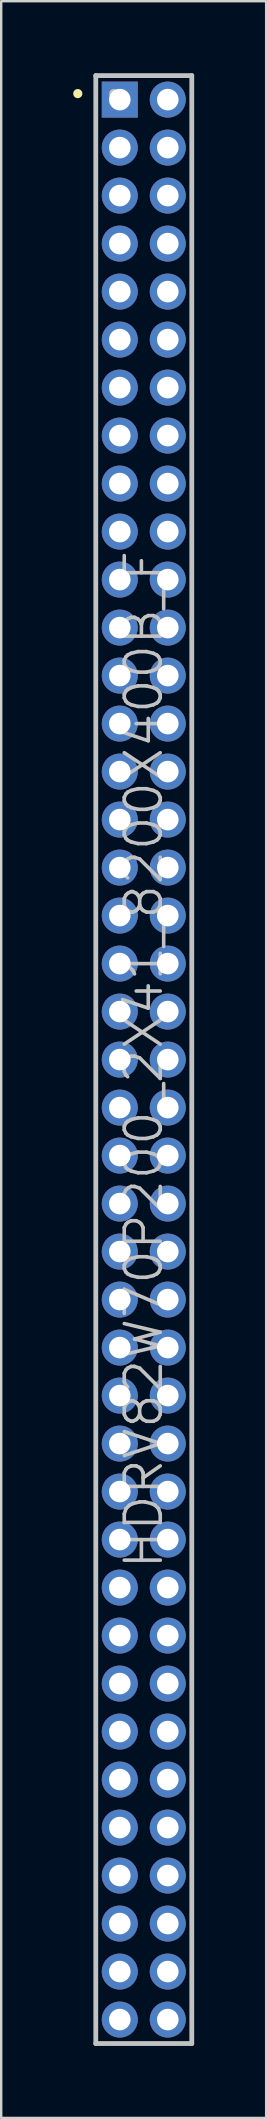
<source format=kicad_pcb>
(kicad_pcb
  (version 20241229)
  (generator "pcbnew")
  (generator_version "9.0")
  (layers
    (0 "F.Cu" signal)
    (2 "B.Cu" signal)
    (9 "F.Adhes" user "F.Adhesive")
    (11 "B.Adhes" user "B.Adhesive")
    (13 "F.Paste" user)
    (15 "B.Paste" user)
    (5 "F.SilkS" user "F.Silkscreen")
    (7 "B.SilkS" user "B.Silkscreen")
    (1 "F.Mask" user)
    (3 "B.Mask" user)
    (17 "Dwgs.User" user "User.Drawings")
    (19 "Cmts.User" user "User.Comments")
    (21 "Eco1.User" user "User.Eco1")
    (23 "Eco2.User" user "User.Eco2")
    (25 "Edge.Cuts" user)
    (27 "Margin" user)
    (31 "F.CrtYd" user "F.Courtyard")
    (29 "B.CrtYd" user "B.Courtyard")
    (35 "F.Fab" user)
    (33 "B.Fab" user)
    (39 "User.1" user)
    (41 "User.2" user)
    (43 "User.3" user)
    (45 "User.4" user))
  (footprint "HDRV82W70P200_2X41_8200X400B_F"
    (layer "F.Cu")
    (at 2.941 41.1)
    (property "Reference" "HDRV82W70P200_2X41_8200X400B_F" (at 0 0 90) (layer "Dwgs.User") (effects (font (size 1.5 1.5) (thickness 0.15))))
    (attr through_hole)
    (fp_line (start -2.75 -40.25) (end -2.75 -40.25) (stroke (width 0.381) (type solid)) (layer "F.SilkS"))
    (fp_line (start -2 -41) (end -2 41) (stroke (width 0.2) (type solid)) (layer "Dwgs.User"))
    (fp_line (start -2 -41) (end 2 -41) (stroke (width 0.2) (type solid)) (layer "Dwgs.User"))
    (fp_line (start -2 41) (end 2 41) (stroke (width 0.2) (type solid)) (layer "Dwgs.User"))
    (fp_line (start -1.25 -40.25) (end -1.25 -40.25) (stroke (width 0.381) (type solid)) (layer "Dwgs.User"))
    (fp_line (start 2 -41) (end 2 41) (stroke (width 0.2) (type solid)) (layer "Dwgs.User"))
    (pad "1" thru_hole rect (at -1 -40) (size 1.5 1.5) (drill 0.9) (layers "*.Cu" "*.Mask"))
    (pad "2" thru_hole circle (at 1 -40 270) (size 1.5 1.5) (drill 0.9) (layers "*.Cu" "*.Mask"))
    (pad "3" thru_hole circle (at -1 -38 270) (size 1.5 1.5) (drill 0.9) (layers "*.Cu" "*.Mask"))
    (pad "4" thru_hole circle (at 1 -38 270) (size 1.5 1.5) (drill 0.9) (layers "*.Cu" "*.Mask"))
    (pad "5" thru_hole circle (at -1 -36 270) (size 1.5 1.5) (drill 0.9) (layers "*.Cu" "*.Mask"))
    (pad "6" thru_hole circle (at 1 -36 270) (size 1.5 1.5) (drill 0.9) (layers "*.Cu" "*.Mask"))
    (pad "7" thru_hole circle (at -1 -34 270) (size 1.5 1.5) (drill 0.9) (layers "*.Cu" "*.Mask"))
    (pad "8" thru_hole circle (at 1 -34 270) (size 1.5 1.5) (drill 0.9) (layers "*.Cu" "*.Mask"))
    (pad "9" thru_hole circle (at -1 -32 270) (size 1.5 1.5) (drill 0.9) (layers "*.Cu" "*.Mask"))
    (pad "10" thru_hole circle (at 1 -32 270) (size 1.5 1.5) (drill 0.9) (layers "*.Cu" "*.Mask"))
    (pad "11" thru_hole circle (at -1 -30 270) (size 1.5 1.5) (drill 0.9) (layers "*.Cu" "*.Mask"))
    (pad "12" thru_hole circle (at 1 -30 270) (size 1.5 1.5) (drill 0.9) (layers "*.Cu" "*.Mask"))
    (pad "13" thru_hole circle (at -1 -28 270) (size 1.5 1.5) (drill 0.9) (layers "*.Cu" "*.Mask"))
    (pad "14" thru_hole circle (at 1 -28 270) (size 1.5 1.5) (drill 0.9) (layers "*.Cu" "*.Mask"))
    (pad "15" thru_hole circle (at -1 -26 270) (size 1.5 1.5) (drill 0.9) (layers "*.Cu" "*.Mask"))
    (pad "16" thru_hole circle (at 1 -26 270) (size 1.5 1.5) (drill 0.9) (layers "*.Cu" "*.Mask"))
    (pad "17" thru_hole circle (at -1 -24 270) (size 1.5 1.5) (drill 0.9) (layers "*.Cu" "*.Mask"))
    (pad "18" thru_hole circle (at 1 -24 270) (size 1.5 1.5) (drill 0.9) (layers "*.Cu" "*.Mask"))
    (pad "19" thru_hole circle (at -1 -22 270) (size 1.5 1.5) (drill 0.9) (layers "*.Cu" "*.Mask"))
    (pad "20" thru_hole circle (at 1 -22 270) (size 1.5 1.5) (drill 0.9) (layers "*.Cu" "*.Mask"))
    (pad "21" thru_hole circle (at -1 -20 270) (size 1.5 1.5) (drill 0.9) (layers "*.Cu" "*.Mask"))
    (pad "22" thru_hole circle (at 1 -20 270) (size 1.5 1.5) (drill 0.9) (layers "*.Cu" "*.Mask"))
    (pad "23" thru_hole circle (at -1 -18 270) (size 1.5 1.5) (drill 0.9) (layers "*.Cu" "*.Mask"))
    (pad "24" thru_hole circle (at 1 -18 270) (size 1.5 1.5) (drill 0.9) (layers "*.Cu" "*.Mask"))
    (pad "25" thru_hole circle (at -1 -16 270) (size 1.5 1.5) (drill 0.9) (layers "*.Cu" "*.Mask"))
    (pad "26" thru_hole circle (at 1 -16 270) (size 1.5 1.5) (drill 0.9) (layers "*.Cu" "*.Mask"))
    (pad "27" thru_hole circle (at -1 -14 270) (size 1.5 1.5) (drill 0.9) (layers "*.Cu" "*.Mask"))
    (pad "28" thru_hole circle (at 1 -14 270) (size 1.5 1.5) (drill 0.9) (layers "*.Cu" "*.Mask"))
    (pad "29" thru_hole circle (at -1 -12 270) (size 1.5 1.5) (drill 0.9) (layers "*.Cu" "*.Mask"))
    (pad "30" thru_hole circle (at 1 -12 270) (size 1.5 1.5) (drill 0.9) (layers "*.Cu" "*.Mask"))
    (pad "31" thru_hole circle (at -1 -10 270) (size 1.5 1.5) (drill 0.9) (layers "*.Cu" "*.Mask"))
    (pad "32" thru_hole circle (at 1 -10 270) (size 1.5 1.5) (drill 0.9) (layers "*.Cu" "*.Mask"))
    (pad "33" thru_hole circle (at -1 -8 270) (size 1.5 1.5) (drill 0.9) (layers "*.Cu" "*.Mask"))
    (pad "34" thru_hole circle (at 1 -8 270) (size 1.5 1.5) (drill 0.9) (layers "*.Cu" "*.Mask"))
    (pad "35" thru_hole circle (at -1 -6 270) (size 1.5 1.5) (drill 0.9) (layers "*.Cu" "*.Mask"))
    (pad "36" thru_hole circle (at 1 -6 270) (size 1.5 1.5) (drill 0.9) (layers "*.Cu" "*.Mask"))
    (pad "37" thru_hole circle (at -1 -4 270) (size 1.5 1.5) (drill 0.9) (layers "*.Cu" "*.Mask"))
    (pad "38" thru_hole circle (at 1 -4 270) (size 1.5 1.5) (drill 0.9) (layers "*.Cu" "*.Mask"))
    (pad "39" thru_hole circle (at -1 -2 270) (size 1.5 1.5) (drill 0.9) (layers "*.Cu" "*.Mask"))
    (pad "40" thru_hole circle (at 1 -2 270) (size 1.5 1.5) (drill 0.9) (layers "*.Cu" "*.Mask"))
    (pad "41" thru_hole circle (at -1 0 270) (size 1.5 1.5) (drill 0.9) (layers "*.Cu" "*.Mask"))
    (pad "42" thru_hole circle (at 1 0 270) (size 1.5 1.5) (drill 0.9) (layers "*.Cu" "*.Mask"))
    (pad "43" thru_hole circle (at -1 2 270) (size 1.5 1.5) (drill 0.9) (layers "*.Cu" "*.Mask"))
    (pad "44" thru_hole circle (at 1 2 270) (size 1.5 1.5) (drill 0.9) (layers "*.Cu" "*.Mask"))
    (pad "45" thru_hole circle (at -1 4 270) (size 1.5 1.5) (drill 0.9) (layers "*.Cu" "*.Mask"))
    (pad "46" thru_hole circle (at 1 4 270) (size 1.5 1.5) (drill 0.9) (layers "*.Cu" "*.Mask"))
    (pad "47" thru_hole circle (at -1 6 270) (size 1.5 1.5) (drill 0.9) (layers "*.Cu" "*.Mask"))
    (pad "48" thru_hole circle (at 1 6 270) (size 1.5 1.5) (drill 0.9) (layers "*.Cu" "*.Mask"))
    (pad "49" thru_hole circle (at -1 8 270) (size 1.5 1.5) (drill 0.9) (layers "*.Cu" "*.Mask"))
    (pad "50" thru_hole circle (at 1 8 270) (size 1.5 1.5) (drill 0.9) (layers "*.Cu" "*.Mask"))
    (pad "51" thru_hole circle (at -1 10 270) (size 1.5 1.5) (drill 0.9) (layers "*.Cu" "*.Mask"))
    (pad "52" thru_hole circle (at 1 10 270) (size 1.5 1.5) (drill 0.9) (layers "*.Cu" "*.Mask"))
    (pad "53" thru_hole circle (at -1 12 270) (size 1.5 1.5) (drill 0.9) (layers "*.Cu" "*.Mask"))
    (pad "54" thru_hole circle (at 1 12 270) (size 1.5 1.5) (drill 0.9) (layers "*.Cu" "*.Mask"))
    (pad "55" thru_hole circle (at -1 14 270) (size 1.5 1.5) (drill 0.9) (layers "*.Cu" "*.Mask"))
    (pad "56" thru_hole circle (at 1 14 270) (size 1.5 1.5) (drill 0.9) (layers "*.Cu" "*.Mask"))
    (pad "57" thru_hole circle (at -1 16 270) (size 1.5 1.5) (drill 0.9) (layers "*.Cu" "*.Mask"))
    (pad "58" thru_hole circle (at 1 16 270) (size 1.5 1.5) (drill 0.9) (layers "*.Cu" "*.Mask"))
    (pad "59" thru_hole circle (at -1 18 270) (size 1.5 1.5) (drill 0.9) (layers "*.Cu" "*.Mask"))
    (pad "60" thru_hole circle (at 1 18 270) (size 1.5 1.5) (drill 0.9) (layers "*.Cu" "*.Mask"))
    (pad "61" thru_hole circle (at -1 20 270) (size 1.5 1.5) (drill 0.9) (layers "*.Cu" "*.Mask"))
    (pad "62" thru_hole circle (at 1 20 270) (size 1.5 1.5) (drill 0.9) (layers "*.Cu" "*.Mask"))
    (pad "63" thru_hole circle (at -1 22 270) (size 1.5 1.5) (drill 0.9) (layers "*.Cu" "*.Mask"))
    (pad "64" thru_hole circle (at 1 22 270) (size 1.5 1.5) (drill 0.9) (layers "*.Cu" "*.Mask"))
    (pad "65" thru_hole circle (at -1 24 270) (size 1.5 1.5) (drill 0.9) (layers "*.Cu" "*.Mask"))
    (pad "66" thru_hole circle (at 1 24 270) (size 1.5 1.5) (drill 0.9) (layers "*.Cu" "*.Mask"))
    (pad "67" thru_hole circle (at -1 26 270) (size 1.5 1.5) (drill 0.9) (layers "*.Cu" "*.Mask"))
    (pad "68" thru_hole circle (at 1 26 270) (size 1.5 1.5) (drill 0.9) (layers "*.Cu" "*.Mask"))
    (pad "69" thru_hole circle (at -1 28 270) (size 1.5 1.5) (drill 0.9) (layers "*.Cu" "*.Mask"))
    (pad "70" thru_hole circle (at 1 28 270) (size 1.5 1.5) (drill 0.9) (layers "*.Cu" "*.Mask"))
    (pad "71" thru_hole circle (at -1 30 270) (size 1.5 1.5) (drill 0.9) (layers "*.Cu" "*.Mask"))
    (pad "72" thru_hole circle (at 1 30 270) (size 1.5 1.5) (drill 0.9) (layers "*.Cu" "*.Mask"))
    (pad "73" thru_hole circle (at -1 32 270) (size 1.5 1.5) (drill 0.9) (layers "*.Cu" "*.Mask"))
    (pad "74" thru_hole circle (at 1 32 270) (size 1.5 1.5) (drill 0.9) (layers "*.Cu" "*.Mask"))
    (pad "75" thru_hole circle (at -1 34 270) (size 1.5 1.5) (drill 0.9) (layers "*.Cu" "*.Mask"))
    (pad "76" thru_hole circle (at 1 34 270) (size 1.5 1.5) (drill 0.9) (layers "*.Cu" "*.Mask"))
    (pad "77" thru_hole circle (at -1 36 270) (size 1.5 1.5) (drill 0.9) (layers "*.Cu" "*.Mask"))
    (pad "78" thru_hole circle (at 1 36 270) (size 1.5 1.5) (drill 0.9) (layers "*.Cu" "*.Mask"))
    (pad "79" thru_hole circle (at -1 38 270) (size 1.5 1.5) (drill 0.9) (layers "*.Cu" "*.Mask"))
    (pad "80" thru_hole circle (at 1 38 270) (size 1.5 1.5) (drill 0.9) (layers "*.Cu" "*.Mask"))
    (pad "81" thru_hole circle (at -1 40 270) (size 1.5 1.5) (drill 0.9) (layers "*.Cu" "*.Mask"))
    (pad "82" thru_hole circle (at 1 40 270) (size 1.5 1.5) (drill 0.9) (layers "*.Cu" "*.Mask")))
  (gr_rect
    (start -3 -3)
    (end 8.04 85.2)
    (stroke (width 0.1) (type default))
    (fill no)
    (layer "Edge.Cuts")))
</source>
